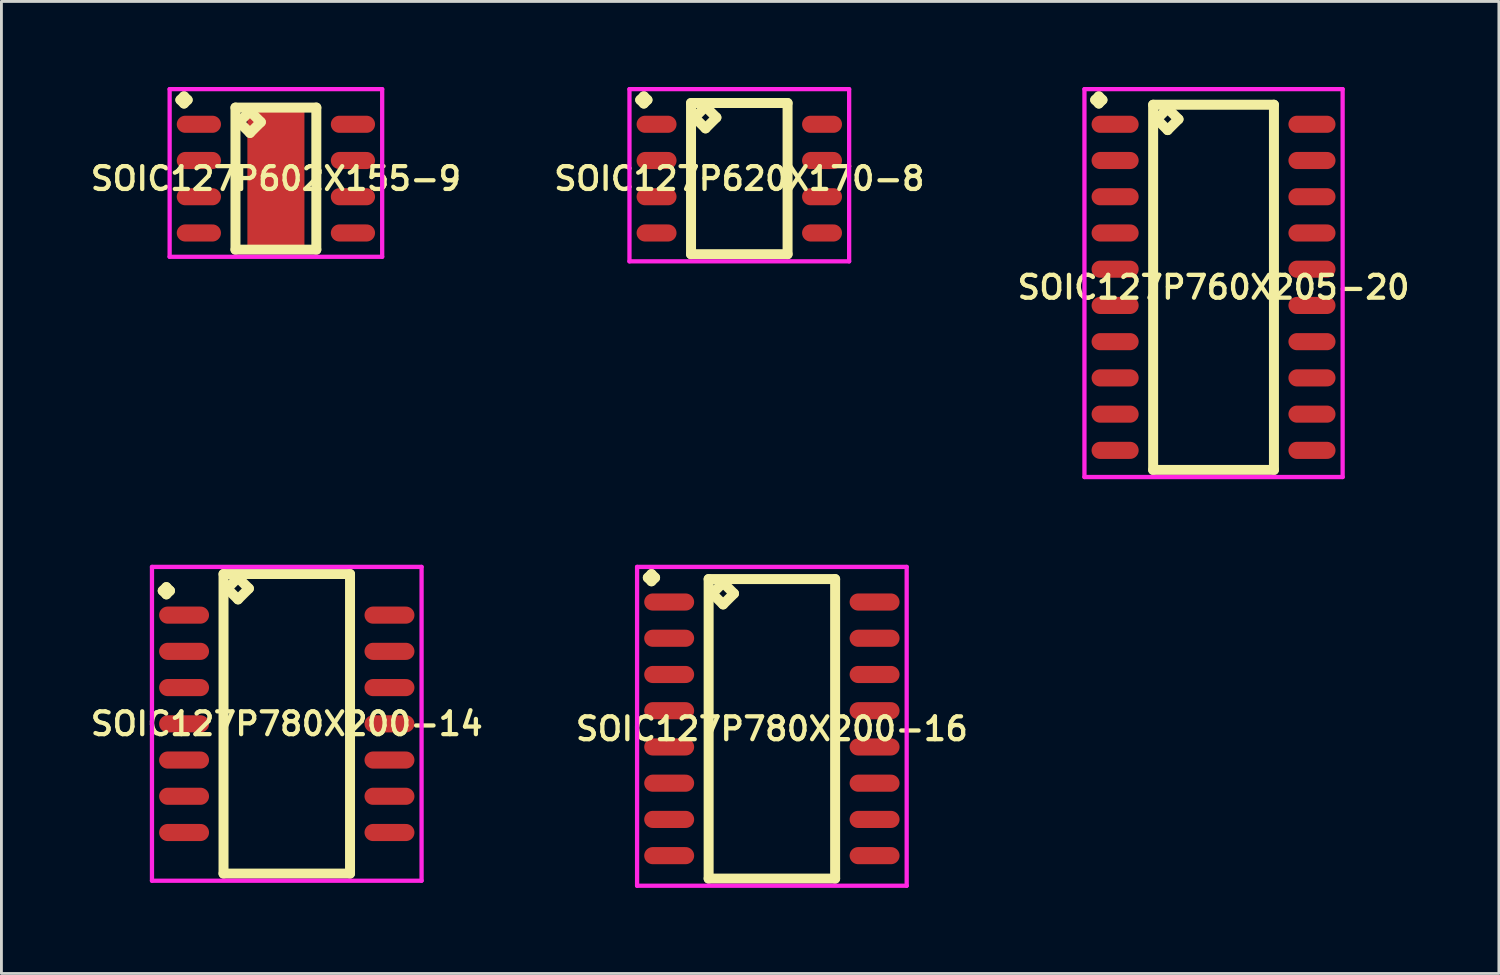
<source format=kicad_pcb>
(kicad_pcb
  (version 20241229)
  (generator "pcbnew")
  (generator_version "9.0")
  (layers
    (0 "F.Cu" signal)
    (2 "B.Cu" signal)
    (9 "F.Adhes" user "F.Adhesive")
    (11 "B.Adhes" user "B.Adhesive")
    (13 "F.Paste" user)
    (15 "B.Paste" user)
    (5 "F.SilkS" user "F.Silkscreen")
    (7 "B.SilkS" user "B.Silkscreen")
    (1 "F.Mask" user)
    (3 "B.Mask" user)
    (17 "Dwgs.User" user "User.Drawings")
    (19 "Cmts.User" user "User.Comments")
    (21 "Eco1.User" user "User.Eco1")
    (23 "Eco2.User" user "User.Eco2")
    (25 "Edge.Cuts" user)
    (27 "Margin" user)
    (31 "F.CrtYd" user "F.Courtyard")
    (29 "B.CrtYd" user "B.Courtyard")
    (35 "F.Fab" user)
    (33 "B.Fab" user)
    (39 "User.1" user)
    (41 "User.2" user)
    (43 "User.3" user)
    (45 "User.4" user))
  (footprint "SOIC127P780X200-16"
    (layer "F.Cu")
    (at 24.006 22.497)
    (property "Reference" "SOIC127P780X200-16" (at 0 0 0) (layer "F.SilkS") (effects (font (size 0.8 0.8) (thickness 0.15))))
    (attr smd)
    (fp_line (start -4.348 -5.299) (end -4.221 -5.426) (stroke (width 0.35) (type solid)) (layer "F.SilkS"))
    (fp_line (start -4.221 -5.426) (end -4.094 -5.299) (stroke (width 0.35) (type solid)) (layer "F.SilkS"))
    (fp_line (start -4.221 -5.172) (end -4.348 -5.299) (stroke (width 0.35) (type solid)) (layer "F.SilkS"))
    (fp_line (start -4.094 -5.299) (end -4.221 -5.172) (stroke (width 0.35) (type solid)) (layer "F.SilkS"))
    (fp_line (start -2.217 -5.25) (end -2.217 5.25) (stroke (width 0.35) (type solid)) (layer "F.SilkS"))
    (fp_line (start -2.217 5.25) (end 2.217 5.25) (stroke (width 0.35) (type solid)) (layer "F.SilkS"))
    (fp_line (start -2.09 -4.742) (end -1.709 -5.123) (stroke (width 0.35) (type solid)) (layer "F.SilkS"))
    (fp_line (start -1.709 -5.123) (end -1.328 -4.742) (stroke (width 0.35) (type solid)) (layer "F.SilkS"))
    (fp_line (start -1.709 -4.361) (end -2.09 -4.742) (stroke (width 0.35) (type solid)) (layer "F.SilkS"))
    (fp_line (start -1.328 -4.742) (end -1.709 -4.361) (stroke (width 0.35) (type solid)) (layer "F.SilkS"))
    (fp_line (start 2.217 -5.25) (end -2.217 -5.25) (stroke (width 0.35) (type solid)) (layer "F.SilkS"))
    (fp_line (start 2.217 5.25) (end 2.217 -5.25) (stroke (width 0.35) (type solid)) (layer "F.SilkS"))
    (fp_line (start -4.725 -5.676) (end 4.725 -5.676) (stroke (width 0.15) (type solid)) (layer "F.CrtYd"))
    (fp_line (start -4.725 5.5) (end -4.725 -5.676) (stroke (width 0.15) (type solid)) (layer "F.CrtYd"))
    (fp_line (start 4.725 -5.676) (end 4.725 5.5) (stroke (width 0.15) (type solid)) (layer "F.CrtYd"))
    (fp_line (start 4.725 5.5) (end -4.725 5.5) (stroke (width 0.15) (type solid)) (layer "F.CrtYd"))
    (pad "1" smd oval (at -3.6 -4.445) (size 1.75 0.6) (layers "F.Cu" "F.Mask" "F.Paste"))
    (pad "2" smd oval (at -3.6 -3.175) (size 1.75 0.6) (layers "F.Cu" "F.Mask" "F.Paste"))
    (pad "3" smd oval (at -3.6 -1.905) (size 1.75 0.6) (layers "F.Cu" "F.Mask" "F.Paste"))
    (pad "4" smd oval (at -3.6 -0.635) (size 1.75 0.6) (layers "F.Cu" "F.Mask" "F.Paste"))
    (pad "5" smd oval (at -3.6 0.635) (size 1.75 0.6) (layers "F.Cu" "F.Mask" "F.Paste"))
    (pad "6" smd oval (at -3.6 1.905) (size 1.75 0.6) (layers "F.Cu" "F.Mask" "F.Paste"))
    (pad "7" smd oval (at -3.6 3.175) (size 1.75 0.6) (layers "F.Cu" "F.Mask" "F.Paste"))
    (pad "8" smd oval (at -3.6 4.445) (size 1.75 0.6) (layers "F.Cu" "F.Mask" "F.Paste"))
    (pad "9" smd oval (at 3.6 4.445) (size 1.75 0.6) (layers "F.Cu" "F.Mask" "F.Paste"))
    (pad "10" smd oval (at 3.6 3.175) (size 1.75 0.6) (layers "F.Cu" "F.Mask" "F.Paste"))
    (pad "11" smd oval (at 3.6 1.905) (size 1.75 0.6) (layers "F.Cu" "F.Mask" "F.Paste"))
    (pad "12" smd oval (at 3.6 0.635) (size 1.75 0.6) (layers "F.Cu" "F.Mask" "F.Paste"))
    (pad "13" smd oval (at 3.6 -0.635) (size 1.75 0.6) (layers "F.Cu" "F.Mask" "F.Paste"))
    (pad "14" smd oval (at 3.6 -1.905) (size 1.75 0.6) (layers "F.Cu" "F.Mask" "F.Paste"))
    (pad "15" smd oval (at 3.6 -3.175) (size 1.75 0.6) (layers "F.Cu" "F.Mask" "F.Paste"))
    (pad "16" smd oval (at 3.6 -4.445) (size 1.75 0.6) (layers "F.Cu" "F.Mask" "F.Paste")))
  (footprint "SOIC127P760X205-20"
    (layer "F.Cu")
    (at 39.487 7.021)
    (property "Reference" "SOIC127P760X205-20" (at 0 0 0) (layer "F.SilkS") (effects (font (size 0.8 0.8) (thickness 0.15))))
    (attr smd)
    (fp_line (start -4.148 -6.569) (end -4.021 -6.696) (stroke (width 0.35) (type solid)) (layer "F.SilkS"))
    (fp_line (start -4.021 -6.696) (end -3.894 -6.569) (stroke (width 0.35) (type solid)) (layer "F.SilkS"))
    (fp_line (start -4.021 -6.442) (end -4.148 -6.569) (stroke (width 0.35) (type solid)) (layer "F.SilkS"))
    (fp_line (start -3.894 -6.569) (end -4.021 -6.442) (stroke (width 0.35) (type solid)) (layer "F.SilkS"))
    (fp_line (start -2.117 -6.4) (end -2.117 6.4) (stroke (width 0.35) (type solid)) (layer "F.SilkS"))
    (fp_line (start -2.117 6.4) (end 2.117 6.4) (stroke (width 0.35) (type solid)) (layer "F.SilkS"))
    (fp_line (start -1.99 -5.892) (end -1.609 -6.273) (stroke (width 0.35) (type solid)) (layer "F.SilkS"))
    (fp_line (start -1.609 -6.273) (end -1.228 -5.892) (stroke (width 0.35) (type solid)) (layer "F.SilkS"))
    (fp_line (start -1.609 -5.511) (end -1.99 -5.892) (stroke (width 0.35) (type solid)) (layer "F.SilkS"))
    (fp_line (start -1.228 -5.892) (end -1.609 -5.511) (stroke (width 0.35) (type solid)) (layer "F.SilkS"))
    (fp_line (start 2.117 -6.4) (end -2.117 -6.4) (stroke (width 0.35) (type solid)) (layer "F.SilkS"))
    (fp_line (start 2.117 6.4) (end 2.117 -6.4) (stroke (width 0.35) (type solid)) (layer "F.SilkS"))
    (fp_line (start -4.525 -6.946) (end 4.525 -6.946) (stroke (width 0.15) (type solid)) (layer "F.CrtYd"))
    (fp_line (start -4.525 6.65) (end -4.525 -6.946) (stroke (width 0.15) (type solid)) (layer "F.CrtYd"))
    (fp_line (start 4.525 -6.946) (end 4.525 6.65) (stroke (width 0.15) (type solid)) (layer "F.CrtYd"))
    (fp_line (start 4.525 6.65) (end -4.525 6.65) (stroke (width 0.15) (type solid)) (layer "F.CrtYd"))
    (pad "1" smd oval (at -3.45 -5.715) (size 1.65 0.6) (layers "F.Cu" "F.Mask" "F.Paste"))
    (pad "2" smd oval (at -3.45 -4.445) (size 1.65 0.6) (layers "F.Cu" "F.Mask" "F.Paste"))
    (pad "3" smd oval (at -3.45 -3.175) (size 1.65 0.6) (layers "F.Cu" "F.Mask" "F.Paste"))
    (pad "4" smd oval (at -3.45 -1.905) (size 1.65 0.6) (layers "F.Cu" "F.Mask" "F.Paste"))
    (pad "5" smd oval (at -3.45 -0.635) (size 1.65 0.6) (layers "F.Cu" "F.Mask" "F.Paste"))
    (pad "6" smd oval (at -3.45 0.635) (size 1.65 0.6) (layers "F.Cu" "F.Mask" "F.Paste"))
    (pad "7" smd oval (at -3.45 1.905) (size 1.65 0.6) (layers "F.Cu" "F.Mask" "F.Paste"))
    (pad "8" smd oval (at -3.45 3.175) (size 1.65 0.6) (layers "F.Cu" "F.Mask" "F.Paste"))
    (pad "9" smd oval (at -3.45 4.445) (size 1.65 0.6) (layers "F.Cu" "F.Mask" "F.Paste"))
    (pad "10" smd oval (at -3.45 5.715) (size 1.65 0.6) (layers "F.Cu" "F.Mask" "F.Paste"))
    (pad "11" smd oval (at 3.45 5.715) (size 1.65 0.6) (layers "F.Cu" "F.Mask" "F.Paste"))
    (pad "12" smd oval (at 3.45 4.445) (size 1.65 0.6) (layers "F.Cu" "F.Mask" "F.Paste"))
    (pad "13" smd oval (at 3.45 3.175) (size 1.65 0.6) (layers "F.Cu" "F.Mask" "F.Paste"))
    (pad "14" smd oval (at 3.45 1.905) (size 1.65 0.6) (layers "F.Cu" "F.Mask" "F.Paste"))
    (pad "15" smd oval (at 3.45 0.635) (size 1.65 0.6) (layers "F.Cu" "F.Mask" "F.Paste"))
    (pad "16" smd oval (at 3.45 -0.635) (size 1.65 0.6) (layers "F.Cu" "F.Mask" "F.Paste"))
    (pad "17" smd oval (at 3.45 -1.905) (size 1.65 0.6) (layers "F.Cu" "F.Mask" "F.Paste"))
    (pad "18" smd oval (at 3.45 -3.175) (size 1.65 0.6) (layers "F.Cu" "F.Mask" "F.Paste"))
    (pad "19" smd oval (at 3.45 -4.445) (size 1.65 0.6) (layers "F.Cu" "F.Mask" "F.Paste"))
    (pad "20" smd oval (at 3.45 -5.715) (size 1.65 0.6) (layers "F.Cu" "F.Mask" "F.Paste")))
  (footprint "SOIC127P780X200-14"
    (layer "F.Cu")
    (at 7.002 22.321)
    (property "Reference" "SOIC127P780X200-14" (at 0 0 0) (layer "F.SilkS") (effects (font (size 0.8 0.8) (thickness 0.15))))
    (attr smd)
    (fp_line (start -4.348 -4.664) (end -4.221 -4.791) (stroke (width 0.35) (type solid)) (layer "F.SilkS"))
    (fp_line (start -4.221 -4.791) (end -4.094 -4.664) (stroke (width 0.35) (type solid)) (layer "F.SilkS"))
    (fp_line (start -4.221 -4.537) (end -4.348 -4.664) (stroke (width 0.35) (type solid)) (layer "F.SilkS"))
    (fp_line (start -4.094 -4.664) (end -4.221 -4.537) (stroke (width 0.35) (type solid)) (layer "F.SilkS"))
    (fp_line (start -2.217 -5.25) (end -2.217 5.25) (stroke (width 0.35) (type solid)) (layer "F.SilkS"))
    (fp_line (start -2.217 5.25) (end 2.217 5.25) (stroke (width 0.35) (type solid)) (layer "F.SilkS"))
    (fp_line (start -2.09 -4.742) (end -1.709 -5.123) (stroke (width 0.35) (type solid)) (layer "F.SilkS"))
    (fp_line (start -1.709 -5.123) (end -1.328 -4.742) (stroke (width 0.35) (type solid)) (layer "F.SilkS"))
    (fp_line (start -1.709 -4.361) (end -2.09 -4.742) (stroke (width 0.35) (type solid)) (layer "F.SilkS"))
    (fp_line (start -1.328 -4.742) (end -1.709 -4.361) (stroke (width 0.35) (type solid)) (layer "F.SilkS"))
    (fp_line (start 2.217 -5.25) (end -2.217 -5.25) (stroke (width 0.35) (type solid)) (layer "F.SilkS"))
    (fp_line (start 2.217 5.25) (end 2.217 -5.25) (stroke (width 0.35) (type solid)) (layer "F.SilkS"))
    (fp_line (start -4.725 -5.5) (end 4.725 -5.5) (stroke (width 0.15) (type solid)) (layer "F.CrtYd"))
    (fp_line (start -4.725 5.5) (end -4.725 -5.5) (stroke (width 0.15) (type solid)) (layer "F.CrtYd"))
    (fp_line (start 4.725 -5.5) (end 4.725 5.5) (stroke (width 0.15) (type solid)) (layer "F.CrtYd"))
    (fp_line (start 4.725 5.5) (end -4.725 5.5) (stroke (width 0.15) (type solid)) (layer "F.CrtYd"))
    (pad "1" smd oval (at -3.6 -3.81) (size 1.75 0.6) (layers "F.Cu" "F.Mask" "F.Paste"))
    (pad "2" smd oval (at -3.6 -2.54) (size 1.75 0.6) (layers "F.Cu" "F.Mask" "F.Paste"))
    (pad "3" smd oval (at -3.6 -1.27) (size 1.75 0.6) (layers "F.Cu" "F.Mask" "F.Paste"))
    (pad "4" smd oval (at -3.6 0) (size 1.75 0.6) (layers "F.Cu" "F.Mask" "F.Paste"))
    (pad "5" smd oval (at -3.6 1.27) (size 1.75 0.6) (layers "F.Cu" "F.Mask" "F.Paste"))
    (pad "6" smd oval (at -3.6 2.54) (size 1.75 0.6) (layers "F.Cu" "F.Mask" "F.Paste"))
    (pad "7" smd oval (at -3.6 3.81) (size 1.75 0.6) (layers "F.Cu" "F.Mask" "F.Paste"))
    (pad "8" smd oval (at 3.6 3.81) (size 1.75 0.6) (layers "F.Cu" "F.Mask" "F.Paste"))
    (pad "9" smd oval (at 3.6 2.54) (size 1.75 0.6) (layers "F.Cu" "F.Mask" "F.Paste"))
    (pad "10" smd oval (at 3.6 1.27) (size 1.75 0.6) (layers "F.Cu" "F.Mask" "F.Paste"))
    (pad "11" smd oval (at 3.6 0) (size 1.75 0.6) (layers "F.Cu" "F.Mask" "F.Paste"))
    (pad "12" smd oval (at 3.6 -1.27) (size 1.75 0.6) (layers "F.Cu" "F.Mask" "F.Paste"))
    (pad "13" smd oval (at 3.6 -2.54) (size 1.75 0.6) (layers "F.Cu" "F.Mask" "F.Paste"))
    (pad "14" smd oval (at 3.6 -3.81) (size 1.75 0.6) (layers "F.Cu" "F.Mask" "F.Paste")))
  (footprint "SOIC127P620X170-8"
    (layer "F.Cu")
    (at 22.864 3.211)
    (property "Reference" "SOIC127P620X170-8" (at 0 0 0) (layer "F.SilkS") (effects (font (size 0.8 0.8) (thickness 0.15))))
    (attr smd)
    (fp_line (start -3.473 -2.759) (end -3.346 -2.886) (stroke (width 0.35) (type solid)) (layer "F.SilkS"))
    (fp_line (start -3.346 -2.886) (end -3.219 -2.759) (stroke (width 0.35) (type solid)) (layer "F.SilkS"))
    (fp_line (start -3.346 -2.632) (end -3.473 -2.759) (stroke (width 0.35) (type solid)) (layer "F.SilkS"))
    (fp_line (start -3.219 -2.759) (end -3.346 -2.632) (stroke (width 0.35) (type solid)) (layer "F.SilkS"))
    (fp_line (start -1.692 -2.65) (end -1.692 2.65) (stroke (width 0.35) (type solid)) (layer "F.SilkS"))
    (fp_line (start -1.692 2.65) (end 1.692 2.65) (stroke (width 0.35) (type solid)) (layer "F.SilkS"))
    (fp_line (start -1.565 -2.142) (end -1.184 -2.523) (stroke (width 0.35) (type solid)) (layer "F.SilkS"))
    (fp_line (start -1.184 -2.523) (end -0.803 -2.142) (stroke (width 0.35) (type solid)) (layer "F.SilkS"))
    (fp_line (start -1.184 -1.761) (end -1.565 -2.142) (stroke (width 0.35) (type solid)) (layer "F.SilkS"))
    (fp_line (start -0.803 -2.142) (end -1.184 -1.761) (stroke (width 0.35) (type solid)) (layer "F.SilkS"))
    (fp_line (start 1.692 -2.65) (end -1.692 -2.65) (stroke (width 0.35) (type solid)) (layer "F.SilkS"))
    (fp_line (start 1.692 2.65) (end 1.692 -2.65) (stroke (width 0.35) (type solid)) (layer "F.SilkS"))
    (fp_line (start -3.85 -3.136) (end 3.85 -3.136) (stroke (width 0.15) (type solid)) (layer "F.CrtYd"))
    (fp_line (start -3.85 2.9) (end -3.85 -3.136) (stroke (width 0.15) (type solid)) (layer "F.CrtYd"))
    (fp_line (start 3.85 -3.136) (end 3.85 2.9) (stroke (width 0.15) (type solid)) (layer "F.CrtYd"))
    (fp_line (start 3.85 2.9) (end -3.85 2.9) (stroke (width 0.15) (type solid)) (layer "F.CrtYd"))
    (pad "1" smd oval (at -2.9 -1.905) (size 1.4 0.6) (layers "F.Cu" "F.Mask" "F.Paste"))
    (pad "2" smd oval (at -2.9 -0.635) (size 1.4 0.6) (layers "F.Cu" "F.Mask" "F.Paste"))
    (pad "3" smd oval (at -2.9 0.635) (size 1.4 0.6) (layers "F.Cu" "F.Mask" "F.Paste"))
    (pad "4" smd oval (at -2.9 1.905) (size 1.4 0.6) (layers "F.Cu" "F.Mask" "F.Paste"))
    (pad "5" smd oval (at 2.9 1.905) (size 1.4 0.6) (layers "F.Cu" "F.Mask" "F.Paste"))
    (pad "6" smd oval (at 2.9 0.635) (size 1.4 0.6) (layers "F.Cu" "F.Mask" "F.Paste"))
    (pad "7" smd oval (at 2.9 -0.635) (size 1.4 0.6) (layers "F.Cu" "F.Mask" "F.Paste"))
    (pad "8" smd oval (at 2.9 -1.905) (size 1.4 0.6) (layers "F.Cu" "F.Mask" "F.Paste")))
  (footprint "SOIC127P602X155-9"
    (layer "F.Cu")
    (at 6.621 3.211)
    (property "Reference" "SOIC127P602X155-9" (at 0 0 0) (layer "F.SilkS") (effects (font (size 0.8 0.8) (thickness 0.15))))
    (attr smd)
    (fp_line (start -3.348 -2.759) (end -3.221 -2.886) (stroke (width 0.35) (type solid)) (layer "F.SilkS"))
    (fp_line (start -3.221 -2.886) (end -3.094 -2.759) (stroke (width 0.35) (type solid)) (layer "F.SilkS"))
    (fp_line (start -3.221 -2.632) (end -3.348 -2.759) (stroke (width 0.35) (type solid)) (layer "F.SilkS"))
    (fp_line (start -3.094 -2.759) (end -3.221 -2.632) (stroke (width 0.35) (type solid)) (layer "F.SilkS"))
    (fp_line (start -1.417 -2.49) (end -1.417 2.49) (stroke (width 0.35) (type solid)) (layer "F.SilkS"))
    (fp_line (start -1.417 2.49) (end 1.417 2.49) (stroke (width 0.35) (type solid)) (layer "F.SilkS"))
    (fp_line (start -1.29 -1.982) (end -0.909 -2.363) (stroke (width 0.35) (type solid)) (layer "F.SilkS"))
    (fp_line (start -0.909 -2.363) (end -0.528 -1.982) (stroke (width 0.35) (type solid)) (layer "F.SilkS"))
    (fp_line (start -0.909 -1.601) (end -1.29 -1.982) (stroke (width 0.35) (type solid)) (layer "F.SilkS"))
    (fp_line (start -0.528 -1.982) (end -0.909 -1.601) (stroke (width 0.35) (type solid)) (layer "F.SilkS"))
    (fp_line (start 1.417 -2.49) (end -1.417 -2.49) (stroke (width 0.35) (type solid)) (layer "F.SilkS"))
    (fp_line (start 1.417 2.49) (end 1.417 -2.49) (stroke (width 0.35) (type solid)) (layer "F.SilkS"))
    (fp_line (start -3.725 -3.136) (end 3.725 -3.136) (stroke (width 0.15) (type solid)) (layer "F.CrtYd"))
    (fp_line (start -3.725 2.74) (end -3.725 -3.136) (stroke (width 0.15) (type solid)) (layer "F.CrtYd"))
    (fp_line (start 3.725 -3.136) (end 3.725 2.74) (stroke (width 0.15) (type solid)) (layer "F.CrtYd"))
    (fp_line (start 3.725 2.74) (end -3.725 2.74) (stroke (width 0.15) (type solid)) (layer "F.CrtYd"))
    (pad "1" smd oval (at -2.7 -1.905) (size 1.55 0.6) (layers "F.Cu" "F.Mask" "F.Paste"))
    (pad "2" smd oval (at -2.7 -0.635) (size 1.55 0.6) (layers "F.Cu" "F.Mask" "F.Paste"))
    (pad "3" smd oval (at -2.7 0.635) (size 1.55 0.6) (layers "F.Cu" "F.Mask" "F.Paste"))
    (pad "4" smd oval (at -2.7 1.905) (size 1.55 0.6) (layers "F.Cu" "F.Mask" "F.Paste"))
    (pad "5" smd oval (at 2.7 1.905) (size 1.55 0.6) (layers "F.Cu" "F.Mask" "F.Paste"))
    (pad "6" smd oval (at 2.7 0.635) (size 1.55 0.6) (layers "F.Cu" "F.Mask" "F.Paste"))
    (pad "7" smd oval (at 2.7 -0.635) (size 1.55 0.6) (layers "F.Cu" "F.Mask" "F.Paste"))
    (pad "8" smd oval (at 2.7 -1.905) (size 1.55 0.6) (layers "F.Cu" "F.Mask" "F.Paste"))
    (pad "9" smd rect (at 0 0) (size 2 4.95) (layers "F.Cu" "F.Mask" "F.Paste")))
  (gr_rect
    (start -3 -3)
    (end 49.489 31.072)
    (stroke (width 0.1) (type default))
    (fill no)
    (layer "Edge.Cuts")))
</source>
